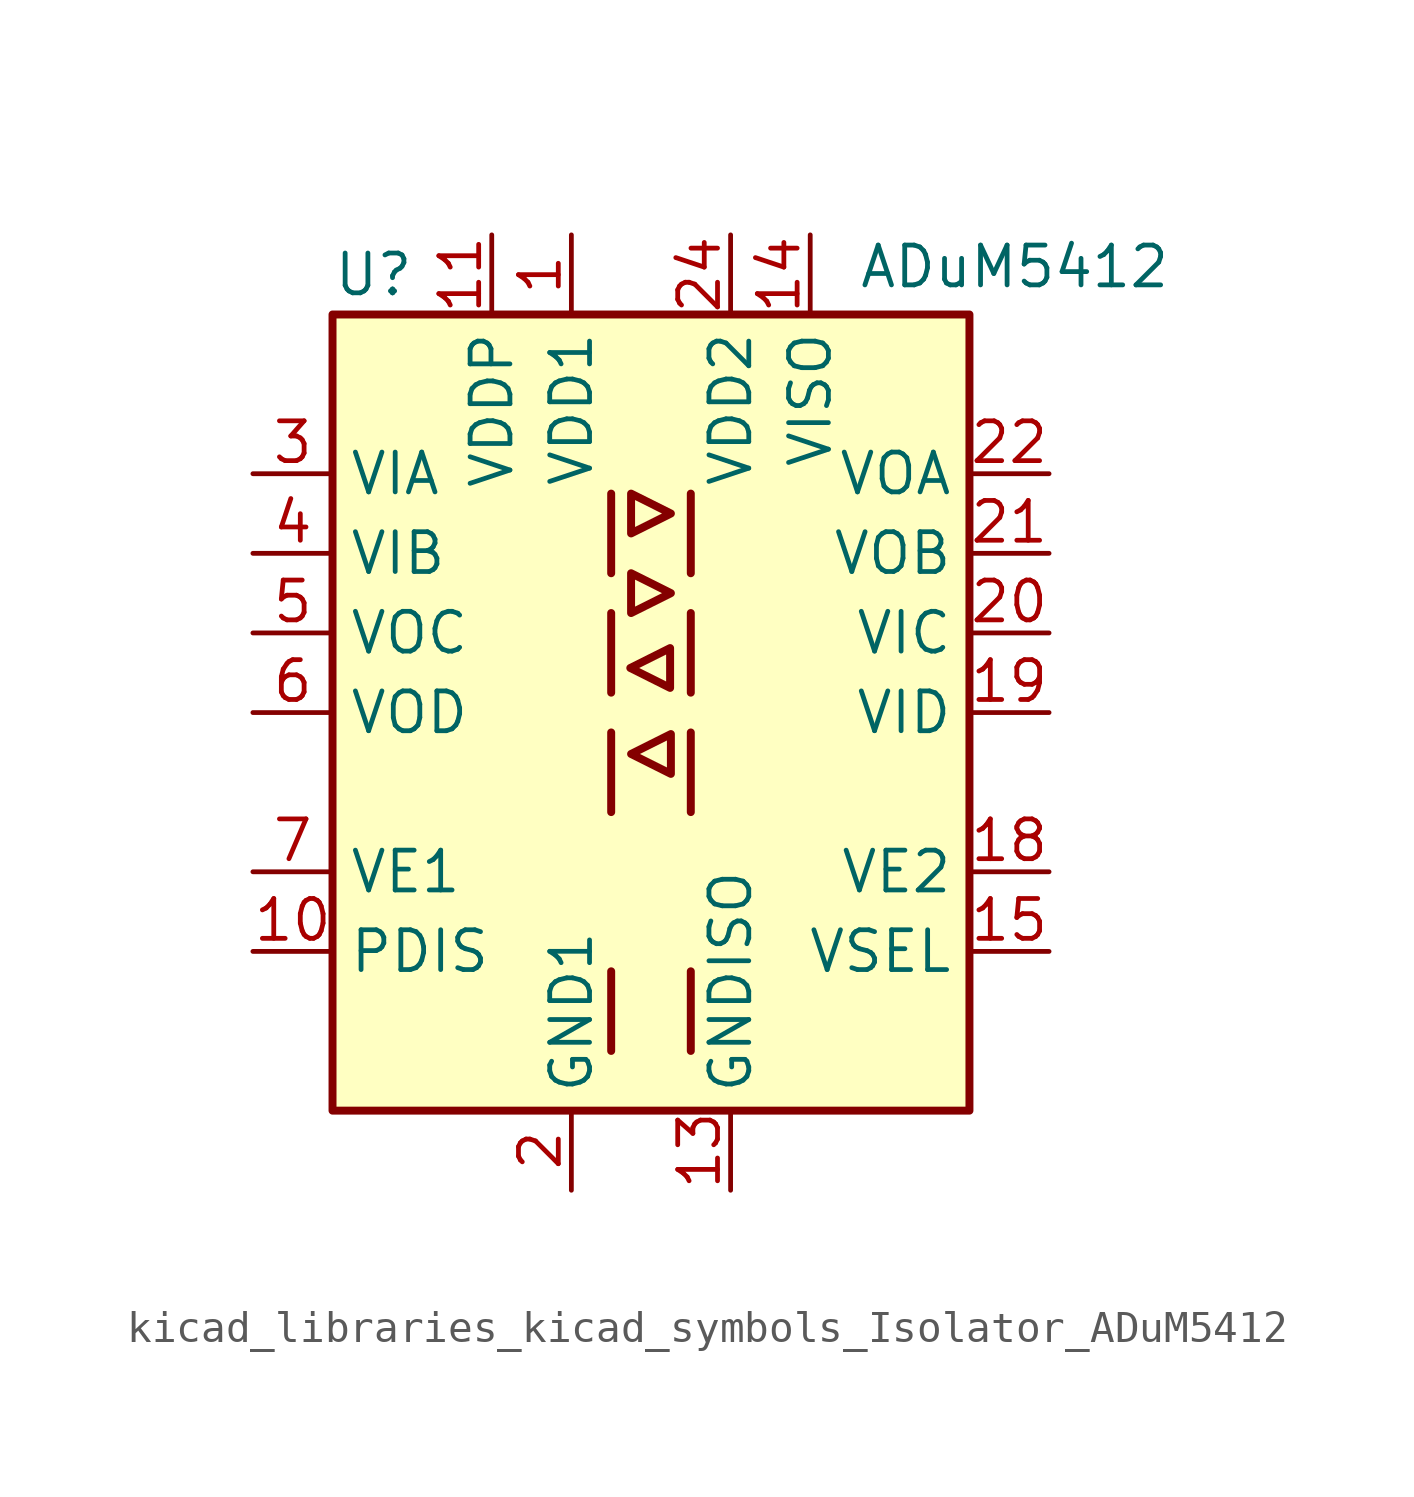
<source format=kicad_sym>
(kicad_symbol_lib
  (version 20220914)
  (generator kicad_symbol_editor)
  (symbol "kicad_libraries_kicad_symbols_Isolator_ADuM5412"
    (property "Reference" "U"
      (at -10.16 13.97 0)
      (effects (font (size 1.27 1.27)) (justify left)))
    (property "Value" "ADuM5412"
      (at 6.604 14.224 0)
      (effects (font (size 1.27 1.27)) (justify left)))
    (symbol "kicad_libraries_kicad_symbols_Isolator_ADuM5412_1_1"
      (rectangle (start -10.16 12.7) (end 10.16 -12.7) (stroke (width 0.254) (type default)) (fill (type background)))
      (polyline (pts (xy -1.27 -8.255) (xy -1.27 -10.795)) (stroke (width 0.254) (type default)) (fill (type none)))
      (polyline (pts (xy -1.27 -0.635) (xy -1.27 -3.175)) (stroke (width 0.254) (type default)) (fill (type none)))
      (polyline (pts (xy -1.27 3.175) (xy -1.27 0.635)) (stroke (width 0.254) (type default)) (fill (type none)))
      (polyline (pts (xy -1.27 6.985) (xy -1.27 4.445)) (stroke (width 0.254) (type default)) (fill (type none)))
      (polyline (pts (xy 1.27 -8.255) (xy 1.27 -10.795)) (stroke (width 0.254) (type default)) (fill (type none)))
      (polyline (pts (xy 1.27 -0.635) (xy 1.27 -3.175)) (stroke (width 0.254) (type default)) (fill (type none)))
      (polyline (pts (xy 1.27 3.175) (xy 1.27 0.635)) (stroke (width 0.254) (type default)) (fill (type none)))
      (polyline (pts (xy 1.27 6.985) (xy 1.27 4.445)) (stroke (width 0.254) (type default)) (fill (type none)))
      (polyline (pts (xy -0.635 4.445) (xy -0.635 3.175) (xy 0.635 3.81) (xy -0.635 4.445)) (stroke (width 0.254) (type default)) (fill (type none)))
      (polyline (pts (xy -0.635 5.715) (xy 0.635 6.35) (xy -0.635 6.985) (xy -0.635 5.715)) (stroke (width 0.254) (type default)) (fill (type none)))
      (polyline (pts (xy 0.61 0.787) (xy -0.66 1.422) (xy 0.61 2.057) (xy 0.61 0.787)) (stroke (width 0.254) (type default)) (fill (type none)))
      (polyline (pts (xy 0.635 -0.686) (xy 0.635 -1.956) (xy -0.635 -1.321) (xy 0.635 -0.686)) (stroke (width 0.254) (type default)) (fill (type none)))
      (pin power_in line (at -2.54 15.24 270) (length 2.54) (name "VDD1" (effects (font (size 1.27 1.27)))) (number "1" (effects (font (size 1.27 1.27)))))
      (pin input line (at -12.7 -7.62 0) (length 2.54) (name "PDIS" (effects (font (size 1.27 1.27)))) (number "10" (effects (font (size 1.27 1.27)))))
      (pin power_in line (at -5.08 15.24 270) (length 2.54) (name "VDDP" (effects (font (size 1.27 1.27)))) (number "11" (effects (font (size 1.27 1.27)))))
      (pin passive line (at -2.54 -15.24 90) (length 2.54) hide (name "GND1" (effects (font (size 1.27 1.27)))) (number "12" (effects (font (size 1.27 1.27)))))
      (pin power_in line (at 2.54 -15.24 90) (length 2.54) (name "GNDISO" (effects (font (size 1.27 1.27)))) (number "13" (effects (font (size 1.27 1.27)))))
      (pin power_out line (at 5.08 15.24 270) (length 2.54) (name "VISO" (effects (font (size 1.27 1.27)))) (number "14" (effects (font (size 1.27 1.27)))))
      (pin input line (at 12.7 -7.62 180) (length 2.54) (name "VSEL" (effects (font (size 1.27 1.27)))) (number "15" (effects (font (size 1.27 1.27)))))
      (pin passive line (at 2.54 -15.24 90) (length 2.54) hide (name "GNDISO" (effects (font (size 1.27 1.27)))) (number "16" (effects (font (size 1.27 1.27)))))
      (pin no_connect line (at 10.16 -2.54 180) (length 2.54) hide (name "NC" (effects (font (size 1.27 1.27)))) (number "17" (effects (font (size 1.27 1.27)))))
      (pin input line (at 12.7 -5.08 180) (length 2.54) (name "VE2" (effects (font (size 1.27 1.27)))) (number "18" (effects (font (size 1.27 1.27)))))
      (pin input line (at 12.7 0 180) (length 2.54) (name "VID" (effects (font (size 1.27 1.27)))) (number "19" (effects (font (size 1.27 1.27)))))
      (pin power_in line (at -2.54 -15.24 90) (length 2.54) (name "GND1" (effects (font (size 1.27 1.27)))) (number "2" (effects (font (size 1.27 1.27)))))
      (pin input line (at 12.7 2.54 180) (length 2.54) (name "VIC" (effects (font (size 1.27 1.27)))) (number "20" (effects (font (size 1.27 1.27)))))
      (pin output line (at 12.7 5.08 180) (length 2.54) (name "VOB" (effects (font (size 1.27 1.27)))) (number "21" (effects (font (size 1.27 1.27)))))
      (pin output line (at 12.7 7.62 180) (length 2.54) (name "VOA" (effects (font (size 1.27 1.27)))) (number "22" (effects (font (size 1.27 1.27)))))
      (pin passive line (at 2.54 -15.24 90) (length 2.54) hide (name "GNDISO" (effects (font (size 1.27 1.27)))) (number "23" (effects (font (size 1.27 1.27)))))
      (pin power_in line (at 2.54 15.24 270) (length 2.54) (name "VDD2" (effects (font (size 1.27 1.27)))) (number "24" (effects (font (size 1.27 1.27)))))
      (pin input line (at -12.7 7.62 0) (length 2.54) (name "VIA" (effects (font (size 1.27 1.27)))) (number "3" (effects (font (size 1.27 1.27)))))
      (pin input line (at -12.7 5.08 0) (length 2.54) (name "VIB" (effects (font (size 1.27 1.27)))) (number "4" (effects (font (size 1.27 1.27)))))
      (pin output line (at -12.7 2.54 0) (length 2.54) (name "VOC" (effects (font (size 1.27 1.27)))) (number "5" (effects (font (size 1.27 1.27)))))
      (pin output line (at -12.7 0 0) (length 2.54) (name "VOD" (effects (font (size 1.27 1.27)))) (number "6" (effects (font (size 1.27 1.27)))))
      (pin input line (at -12.7 -5.08 0) (length 2.54) (name "VE1" (effects (font (size 1.27 1.27)))) (number "7" (effects (font (size 1.27 1.27)))))
      (pin no_connect line (at -10.16 -2.54 0) (length 2.54) hide (name "NC" (effects (font (size 1.27 1.27)))) (number "8" (effects (font (size 1.27 1.27)))))
      (pin passive line (at -2.54 -15.24 90) (length 2.54) hide (name "GND1" (effects (font (size 1.27 1.27)))) (number "9" (effects (font (size 1.27 1.27))))))))
</source>
